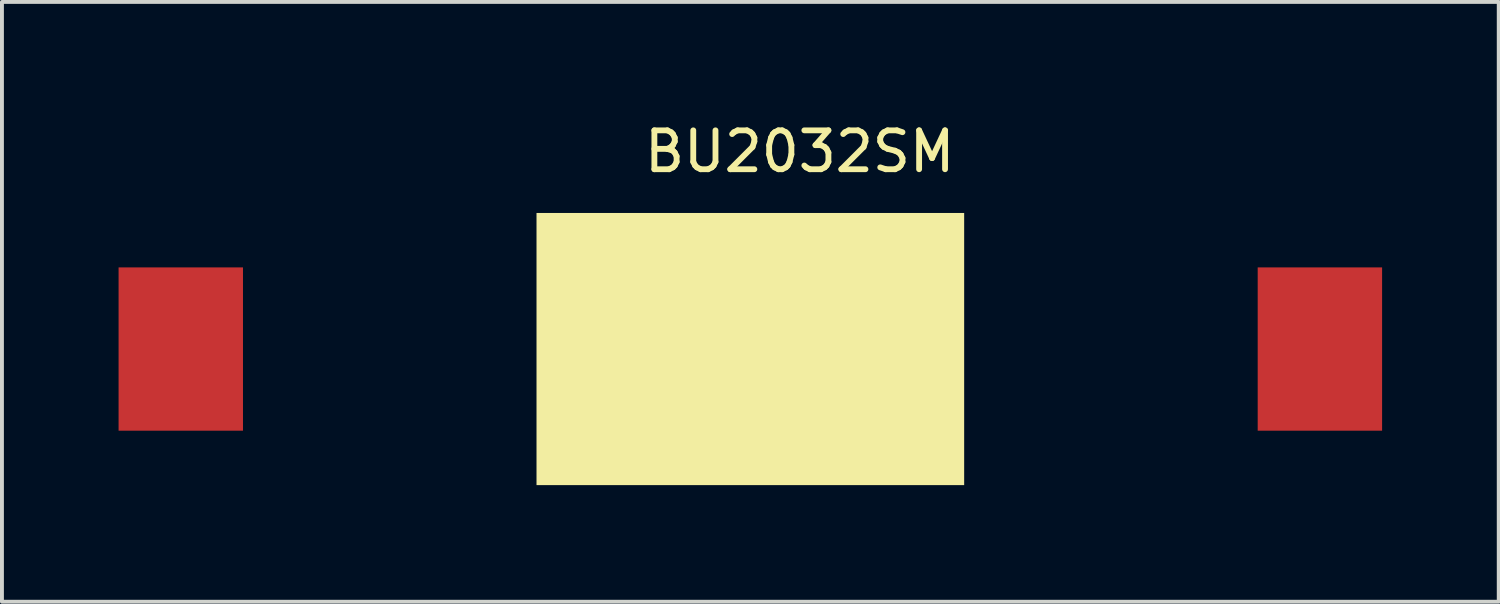
<source format=kicad_pcb>
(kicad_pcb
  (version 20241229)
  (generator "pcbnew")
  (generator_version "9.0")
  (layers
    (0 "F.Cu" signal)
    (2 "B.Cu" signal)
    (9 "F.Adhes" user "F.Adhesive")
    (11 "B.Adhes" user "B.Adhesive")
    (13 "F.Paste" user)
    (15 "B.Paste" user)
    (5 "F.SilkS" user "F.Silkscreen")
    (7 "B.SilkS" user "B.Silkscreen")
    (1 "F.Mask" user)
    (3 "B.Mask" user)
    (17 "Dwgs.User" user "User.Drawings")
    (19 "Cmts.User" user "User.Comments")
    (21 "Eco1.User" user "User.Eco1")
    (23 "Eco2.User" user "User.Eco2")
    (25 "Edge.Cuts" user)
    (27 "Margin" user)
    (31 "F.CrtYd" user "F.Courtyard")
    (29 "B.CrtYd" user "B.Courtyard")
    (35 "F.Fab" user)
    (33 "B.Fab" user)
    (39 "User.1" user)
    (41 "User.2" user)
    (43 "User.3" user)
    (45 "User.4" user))
  (footprint "BU2032SM"
    (layer "F.Cu")
    (at 16.25 5.928)
    (property "Reference" "BU2032SM" (at 1.27 -5.08 0) (layer "F.SilkS") (effects (font (size 1 1) (thickness 0.15))))
    (attr through_hole)
    (pad "" smd rect (at 0 0) (size 11 7) (layers "F.SilkS"))
    (pad "1" smd rect (at 14.65 0) (size 3.2 4.2) (layers "F.Cu" "F.Mask" "F.Paste"))
    (pad "2" smd rect (at -14.65 0) (size 3.2 4.2) (layers "F.Cu" "F.Mask" "F.Paste")))
  (gr_rect
    (start -3 -3)
    (end 35.5 12.428)
    (stroke (width 0.1) (type default))
    (fill no)
    (layer "Edge.Cuts")))
</source>
